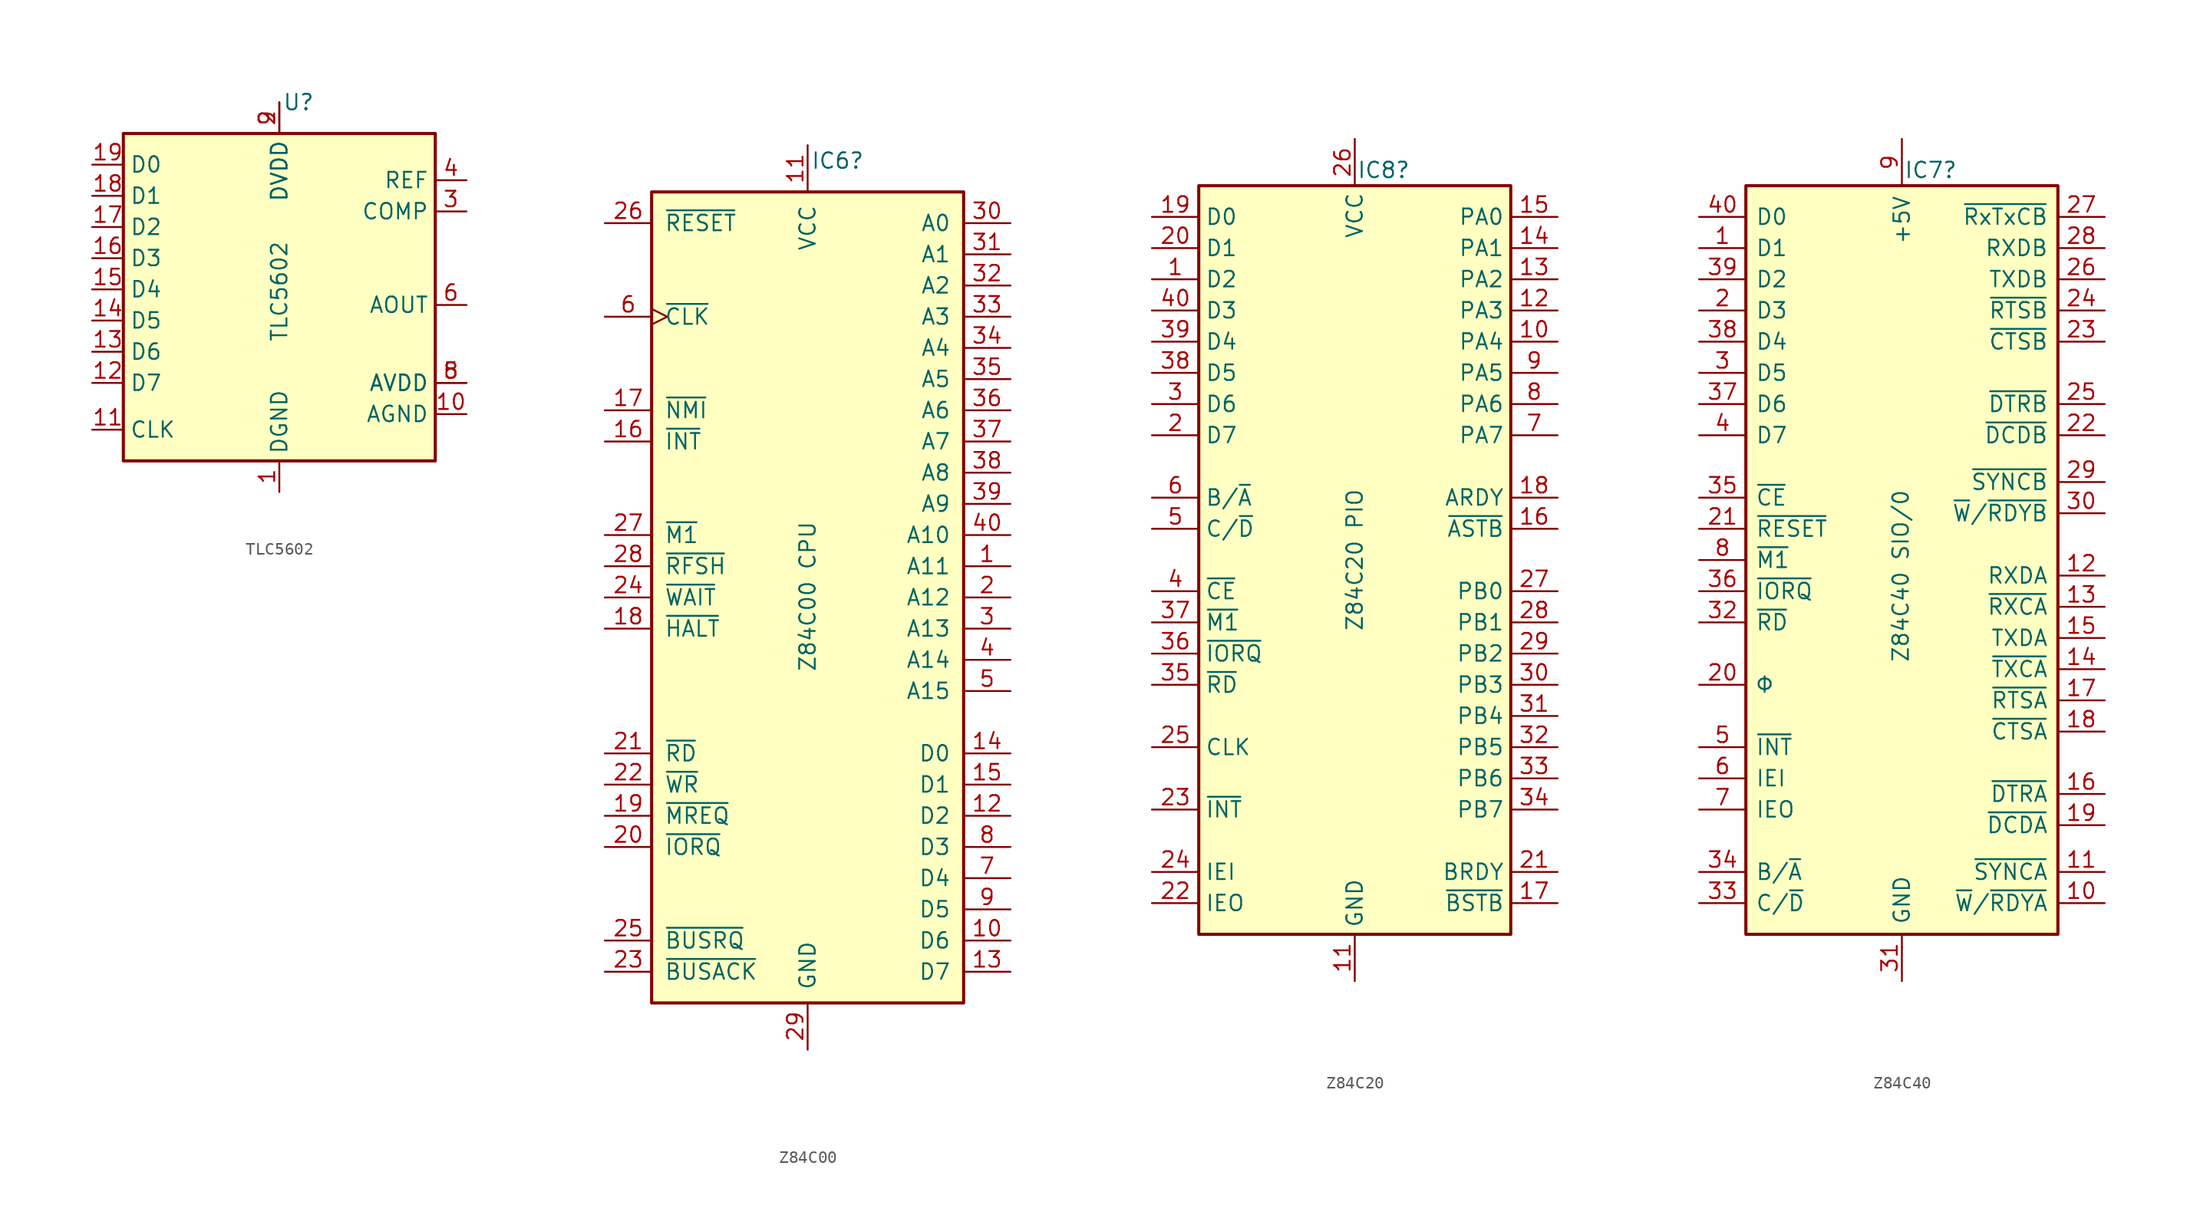
<source format=kicad_sym>
(kicad_symbol_lib
  (version 20241209)
  (generator "kicad_symbol_editor")
  (generator_version "9.0")
  (symbol "TLC5602"
    (property "Reference" "U"
      (at 0.254 15.24 0)
      (effects (font (size 1.27 1.27)) (justify left)))
    (property "Value" "TLC5602"
      (at 0 -4.318 90)
      (effects (font (size 1.27 1.27)) (justify left)))
    (symbol "TLC5602_0_1"
      (rectangle (start -12.7 12.7) (end 12.7 -13.97) (stroke (width 0.254) (type default)) (fill (type background))))
    (symbol "TLC5602_1_0"
      (pin input line (at -15.24 10.16 0) (length 2.54) (name "D0" (effects (font (size 1.27 1.27)))) (number "19" (effects (font (size 1.27 1.27)))))
      (pin input line (at -15.24 7.62 0) (length 2.54) (name "D1" (effects (font (size 1.27 1.27)))) (number "18" (effects (font (size 1.27 1.27)))))
      (pin input line (at -15.24 5.08 0) (length 2.54) (name "D2" (effects (font (size 1.27 1.27)))) (number "17" (effects (font (size 1.27 1.27)))))
      (pin input line (at -15.24 2.54 0) (length 2.54) (name "D3" (effects (font (size 1.27 1.27)))) (number "16" (effects (font (size 1.27 1.27)))))
      (pin input line (at -15.24 0 0) (length 2.54) (name "D4" (effects (font (size 1.27 1.27)))) (number "15" (effects (font (size 1.27 1.27)))))
      (pin input line (at -15.24 -2.54 0) (length 2.54) (name "D5" (effects (font (size 1.27 1.27)))) (number "14" (effects (font (size 1.27 1.27)))))
      (pin input line (at -15.24 -5.08 0) (length 2.54) (name "D6" (effects (font (size 1.27 1.27)))) (number "13" (effects (font (size 1.27 1.27)))))
      (pin input line (at -15.24 -7.62 0) (length 2.54) (name "D7" (effects (font (size 1.27 1.27)))) (number "12" (effects (font (size 1.27 1.27)))))
      (pin input line (at -15.24 -11.43 0) (length 2.54) (name "CLK" (effects (font (size 1.27 1.27)))) (number "11" (effects (font (size 1.27 1.27)))))
      (pin power_out line (at 0 15.24 270) (length 2.54) (name "DVDD" (effects (font (size 1.27 1.27)))) (number "9" (effects (font (size 1.27 1.27)))))
      (pin no_connect line (at 3.81 15.24 270) (length 2.54) (hide yes) (name "N/C" (effects (font (size 1.27 1.27)))) (number "20" (effects (font (size 1.27 1.27)))))
      (pin power_in line (at 15.24 -10.16 180) (length 2.54) (name "AGND" (effects (font (size 1.27 1.27)))) (number "10" (effects (font (size 1.27 1.27))))))
    (symbol "TLC5602_1_1"
      (pin power_out line (at 0 15.24 270) (length 2.54) (name "DVDD" (effects (font (size 1.27 1.27)))) (number "2" (effects (font (size 1.27 1.27)))))
      (pin power_in line (at 0 -16.51 90) (length 2.54) (name "DGND" (effects (font (size 1.27 1.27)))) (number "1" (effects (font (size 1.27 1.27)))))
      (pin no_connect line (at 3.81 15.24 270) (length 2.54) (hide yes) (name "N/C" (effects (font (size 1.27 1.27)))) (number "7" (effects (font (size 1.27 1.27)))))
      (pin power_out line (at 15.24 8.89 180) (length 2.54) (name "REF" (effects (font (size 1.27 1.27)))) (number "4" (effects (font (size 1.27 1.27)))))
      (pin bidirectional line (at 15.24 6.35 180) (length 2.54) (name "COMP" (effects (font (size 1.27 1.27)))) (number "3" (effects (font (size 1.27 1.27)))))
      (pin output line (at 15.24 -1.27 180) (length 2.54) (name "AOUT" (effects (font (size 1.27 1.27)))) (number "6" (effects (font (size 1.27 1.27)))))
      (pin power_out line (at 15.24 -7.62 180) (length 2.54) (name "AVDD" (effects (font (size 1.27 1.27)))) (number "5" (effects (font (size 1.27 1.27)))))
      (pin power_out line (at 15.24 -7.62 180) (length 2.54) (name "AVDD" (effects (font (size 1.27 1.27)))) (number "8" (effects (font (size 1.27 1.27)))))))
  (symbol "Z84C00"
    (pin_names
      (offset 1.016))
    (property "Reference" "IC6"
      (at 0.254 35.56 0)
      (effects (font (size 1.27 1.27)) (justify left)))
    (property "Value" "Z84C00 CPU"
      (at 0 -6.096 90)
      (effects (font (size 1.27 1.27)) (justify left)))
    (symbol "Z84C00_0_1"
      (rectangle (start -12.7 33.02) (end 12.7 -33.02) (stroke (width 0.254) (type default)) (fill (type background))))
    (symbol "Z84C00_1_1"
      (pin input line (at -16.51 30.48 0) (length 3.81) (name "~{RESET}" (effects (font (size 1.27 1.27)))) (number "26" (effects (font (size 1.27 1.27)))))
      (pin input clock (at -16.51 22.86 0) (length 3.81) (name "~{CLK}" (effects (font (size 1.27 1.27)))) (number "6" (effects (font (size 1.27 1.27)))))
      (pin input line (at -16.51 15.24 0) (length 3.81) (name "~{NMI}" (effects (font (size 1.27 1.27)))) (number "17" (effects (font (size 1.27 1.27)))))
      (pin input line (at -16.51 12.7 0) (length 3.81) (name "~{INT}" (effects (font (size 1.27 1.27)))) (number "16" (effects (font (size 1.27 1.27)))))
      (pin output line (at -16.51 5.08 0) (length 3.81) (name "~{M1}" (effects (font (size 1.27 1.27)))) (number "27" (effects (font (size 1.27 1.27)))))
      (pin output line (at -16.51 2.54 0) (length 3.81) (name "~{RFSH}" (effects (font (size 1.27 1.27)))) (number "28" (effects (font (size 1.27 1.27)))))
      (pin input line (at -16.51 0 0) (length 3.81) (name "~{WAIT}" (effects (font (size 1.27 1.27)))) (number "24" (effects (font (size 1.27 1.27)))))
      (pin output line (at -16.51 -2.54 0) (length 3.81) (name "~{HALT}" (effects (font (size 1.27 1.27)))) (number "18" (effects (font (size 1.27 1.27)))))
      (pin output line (at -16.51 -12.7 0) (length 3.81) (name "~{RD}" (effects (font (size 1.27 1.27)))) (number "21" (effects (font (size 1.27 1.27)))))
      (pin output line (at -16.51 -15.24 0) (length 3.81) (name "~{WR}" (effects (font (size 1.27 1.27)))) (number "22" (effects (font (size 1.27 1.27)))))
      (pin output line (at -16.51 -17.78 0) (length 3.81) (name "~{MREQ}" (effects (font (size 1.27 1.27)))) (number "19" (effects (font (size 1.27 1.27)))))
      (pin output line (at -16.51 -20.32 0) (length 3.81) (name "~{IORQ}" (effects (font (size 1.27 1.27)))) (number "20" (effects (font (size 1.27 1.27)))))
      (pin input line (at -16.51 -27.94 0) (length 3.81) (name "~{BUSRQ}" (effects (font (size 1.27 1.27)))) (number "25" (effects (font (size 1.27 1.27)))))
      (pin output line (at -16.51 -30.48 0) (length 3.81) (name "~{BUSACK}" (effects (font (size 1.27 1.27)))) (number "23" (effects (font (size 1.27 1.27)))))
      (pin power_in line (at 0 36.83 270) (length 3.81) (name "VCC" (effects (font (size 1.27 1.27)))) (number "11" (effects (font (size 1.27 1.27)))))
      (pin power_in line (at 0 -36.83 90) (length 3.81) (name "GND" (effects (font (size 1.27 1.27)))) (number "29" (effects (font (size 1.27 1.27)))))
      (pin output line (at 16.51 30.48 180) (length 3.81) (name "A0" (effects (font (size 1.27 1.27)))) (number "30" (effects (font (size 1.27 1.27)))))
      (pin output line (at 16.51 27.94 180) (length 3.81) (name "A1" (effects (font (size 1.27 1.27)))) (number "31" (effects (font (size 1.27 1.27)))))
      (pin output line (at 16.51 25.4 180) (length 3.81) (name "A2" (effects (font (size 1.27 1.27)))) (number "32" (effects (font (size 1.27 1.27)))))
      (pin output line (at 16.51 22.86 180) (length 3.81) (name "A3" (effects (font (size 1.27 1.27)))) (number "33" (effects (font (size 1.27 1.27)))))
      (pin output line (at 16.51 20.32 180) (length 3.81) (name "A4" (effects (font (size 1.27 1.27)))) (number "34" (effects (font (size 1.27 1.27)))))
      (pin output line (at 16.51 17.78 180) (length 3.81) (name "A5" (effects (font (size 1.27 1.27)))) (number "35" (effects (font (size 1.27 1.27)))))
      (pin output line (at 16.51 15.24 180) (length 3.81) (name "A6" (effects (font (size 1.27 1.27)))) (number "36" (effects (font (size 1.27 1.27)))))
      (pin output line (at 16.51 12.7 180) (length 3.81) (name "A7" (effects (font (size 1.27 1.27)))) (number "37" (effects (font (size 1.27 1.27)))))
      (pin output line (at 16.51 10.16 180) (length 3.81) (name "A8" (effects (font (size 1.27 1.27)))) (number "38" (effects (font (size 1.27 1.27)))))
      (pin output line (at 16.51 7.62 180) (length 3.81) (name "A9" (effects (font (size 1.27 1.27)))) (number "39" (effects (font (size 1.27 1.27)))))
      (pin output line (at 16.51 5.08 180) (length 3.81) (name "A10" (effects (font (size 1.27 1.27)))) (number "40" (effects (font (size 1.27 1.27)))))
      (pin output line (at 16.51 2.54 180) (length 3.81) (name "A11" (effects (font (size 1.27 1.27)))) (number "1" (effects (font (size 1.27 1.27)))))
      (pin output line (at 16.51 0 180) (length 3.81) (name "A12" (effects (font (size 1.27 1.27)))) (number "2" (effects (font (size 1.27 1.27)))))
      (pin output line (at 16.51 -2.54 180) (length 3.81) (name "A13" (effects (font (size 1.27 1.27)))) (number "3" (effects (font (size 1.27 1.27)))))
      (pin output line (at 16.51 -5.08 180) (length 3.81) (name "A14" (effects (font (size 1.27 1.27)))) (number "4" (effects (font (size 1.27 1.27)))))
      (pin output line (at 16.51 -7.62 180) (length 3.81) (name "A15" (effects (font (size 1.27 1.27)))) (number "5" (effects (font (size 1.27 1.27)))))
      (pin bidirectional line (at 16.51 -12.7 180) (length 3.81) (name "D0" (effects (font (size 1.27 1.27)))) (number "14" (effects (font (size 1.27 1.27)))))
      (pin bidirectional line (at 16.51 -15.24 180) (length 3.81) (name "D1" (effects (font (size 1.27 1.27)))) (number "15" (effects (font (size 1.27 1.27)))))
      (pin bidirectional line (at 16.51 -17.78 180) (length 3.81) (name "D2" (effects (font (size 1.27 1.27)))) (number "12" (effects (font (size 1.27 1.27)))))
      (pin bidirectional line (at 16.51 -20.32 180) (length 3.81) (name "D3" (effects (font (size 1.27 1.27)))) (number "8" (effects (font (size 1.27 1.27)))))
      (pin bidirectional line (at 16.51 -22.86 180) (length 3.81) (name "D4" (effects (font (size 1.27 1.27)))) (number "7" (effects (font (size 1.27 1.27)))))
      (pin bidirectional line (at 16.51 -25.4 180) (length 3.81) (name "D5" (effects (font (size 1.27 1.27)))) (number "9" (effects (font (size 1.27 1.27)))))
      (pin bidirectional line (at 16.51 -27.94 180) (length 3.81) (name "D6" (effects (font (size 1.27 1.27)))) (number "10" (effects (font (size 1.27 1.27)))))
      (pin bidirectional line (at 16.51 -30.48 180) (length 3.81) (name "D7" (effects (font (size 1.27 1.27)))) (number "13" (effects (font (size 1.27 1.27)))))))
  (symbol "Z84C20"
    (property "Reference" "IC8"
      (at 0.162 31.75 0)
      (effects (font (size 1.27 1.27)) (justify left)))
    (property "Value" "Z84C20 PIO"
      (at 0 -5.842 90)
      (effects (font (size 1.27 1.27)) (justify left)))
    (symbol "Z84C20_1_0"
      (rectangle (start -12.7 30.48) (end 12.7 -30.48) (stroke (width 0.254) (type default)) (fill (type background))))
    (symbol "Z84C20_1_1"
      (pin bidirectional line (at -16.51 27.94 0) (length 3.81) (name "D0" (effects (font (size 1.27 1.27)))) (number "19" (effects (font (size 1.27 1.27)))))
      (pin bidirectional line (at -16.51 25.4 0) (length 3.81) (name "D1" (effects (font (size 1.27 1.27)))) (number "20" (effects (font (size 1.27 1.27)))))
      (pin bidirectional line (at -16.51 22.86 0) (length 3.81) (name "D2" (effects (font (size 1.27 1.27)))) (number "1" (effects (font (size 1.27 1.27)))))
      (pin bidirectional line (at -16.51 20.32 0) (length 3.81) (name "D3" (effects (font (size 1.27 1.27)))) (number "40" (effects (font (size 1.27 1.27)))))
      (pin bidirectional line (at -16.51 17.78 0) (length 3.81) (name "D4" (effects (font (size 1.27 1.27)))) (number "39" (effects (font (size 1.27 1.27)))))
      (pin bidirectional line (at -16.51 15.24 0) (length 3.81) (name "D5" (effects (font (size 1.27 1.27)))) (number "38" (effects (font (size 1.27 1.27)))))
      (pin bidirectional line (at -16.51 12.7 0) (length 3.81) (name "D6" (effects (font (size 1.27 1.27)))) (number "3" (effects (font (size 1.27 1.27)))))
      (pin bidirectional line (at -16.51 10.16 0) (length 3.81) (name "D7" (effects (font (size 1.27 1.27)))) (number "2" (effects (font (size 1.27 1.27)))))
      (pin input line (at -16.51 5.08 0) (length 3.81) (name "B/~{A}" (effects (font (size 1.27 1.27)))) (number "6" (effects (font (size 1.27 1.27)))))
      (pin input line (at -16.51 2.54 0) (length 3.81) (name "C/~{D}" (effects (font (size 1.27 1.27)))) (number "5" (effects (font (size 1.27 1.27)))))
      (pin input line (at -16.51 -2.54 0) (length 3.81) (name "~{CE}" (effects (font (size 1.27 1.27)))) (number "4" (effects (font (size 1.27 1.27)))))
      (pin input line (at -16.51 -5.08 0) (length 3.81) (name "~{M1}" (effects (font (size 1.27 1.27)))) (number "37" (effects (font (size 1.27 1.27)))))
      (pin input line (at -16.51 -7.62 0) (length 3.81) (name "~{IORQ}" (effects (font (size 1.27 1.27)))) (number "36" (effects (font (size 1.27 1.27)))))
      (pin input line (at -16.51 -10.16 0) (length 3.81) (name "~{RD}" (effects (font (size 1.27 1.27)))) (number "35" (effects (font (size 1.27 1.27)))))
      (pin input line (at -16.51 -15.24 0) (length 3.81) (name "CLK" (effects (font (size 1.27 1.27)))) (number "25" (effects (font (size 1.27 1.27)))))
      (pin open_collector line (at -16.51 -20.32 0) (length 3.81) (name "~{INT}" (effects (font (size 1.27 1.27)))) (number "23" (effects (font (size 1.27 1.27)))))
      (pin input line (at -16.51 -25.4 0) (length 3.81) (name "IEI" (effects (font (size 1.27 1.27)))) (number "24" (effects (font (size 1.27 1.27)))))
      (pin output line (at -16.51 -27.94 0) (length 3.81) (name "IEO" (effects (font (size 1.27 1.27)))) (number "22" (effects (font (size 1.27 1.27)))))
      (pin power_in line (at 0 34.29 270) (length 3.81) (name "VCC" (effects (font (size 1.27 1.27)))) (number "26" (effects (font (size 1.27 1.27)))))
      (pin power_in line (at 0 -34.29 90) (length 3.81) (name "GND" (effects (font (size 1.27 1.27)))) (number "11" (effects (font (size 1.27 1.27)))))
      (pin bidirectional line (at 16.51 27.94 180) (length 3.81) (name "PA0" (effects (font (size 1.27 1.27)))) (number "15" (effects (font (size 1.27 1.27)))))
      (pin bidirectional line (at 16.51 25.4 180) (length 3.81) (name "PA1" (effects (font (size 1.27 1.27)))) (number "14" (effects (font (size 1.27 1.27)))))
      (pin bidirectional line (at 16.51 22.86 180) (length 3.81) (name "PA2" (effects (font (size 1.27 1.27)))) (number "13" (effects (font (size 1.27 1.27)))))
      (pin bidirectional line (at 16.51 20.32 180) (length 3.81) (name "PA3" (effects (font (size 1.27 1.27)))) (number "12" (effects (font (size 1.27 1.27)))))
      (pin bidirectional line (at 16.51 17.78 180) (length 3.81) (name "PA4" (effects (font (size 1.27 1.27)))) (number "10" (effects (font (size 1.27 1.27)))))
      (pin bidirectional line (at 16.51 15.24 180) (length 3.81) (name "PA5" (effects (font (size 1.27 1.27)))) (number "9" (effects (font (size 1.27 1.27)))))
      (pin bidirectional line (at 16.51 12.7 180) (length 3.81) (name "PA6" (effects (font (size 1.27 1.27)))) (number "8" (effects (font (size 1.27 1.27)))))
      (pin bidirectional line (at 16.51 10.16 180) (length 3.81) (name "PA7" (effects (font (size 1.27 1.27)))) (number "7" (effects (font (size 1.27 1.27)))))
      (pin output line (at 16.51 5.08 180) (length 3.81) (name "ARDY" (effects (font (size 1.27 1.27)))) (number "18" (effects (font (size 1.27 1.27)))))
      (pin input line (at 16.51 2.54 180) (length 3.81) (name "~{ASTB}" (effects (font (size 1.27 1.27)))) (number "16" (effects (font (size 1.27 1.27)))))
      (pin bidirectional line (at 16.51 -2.54 180) (length 3.81) (name "PB0" (effects (font (size 1.27 1.27)))) (number "27" (effects (font (size 1.27 1.27)))))
      (pin bidirectional line (at 16.51 -5.08 180) (length 3.81) (name "PB1" (effects (font (size 1.27 1.27)))) (number "28" (effects (font (size 1.27 1.27)))))
      (pin bidirectional line (at 16.51 -7.62 180) (length 3.81) (name "PB2" (effects (font (size 1.27 1.27)))) (number "29" (effects (font (size 1.27 1.27)))))
      (pin bidirectional line (at 16.51 -10.16 180) (length 3.81) (name "PB3" (effects (font (size 1.27 1.27)))) (number "30" (effects (font (size 1.27 1.27)))))
      (pin bidirectional line (at 16.51 -12.7 180) (length 3.81) (name "PB4" (effects (font (size 1.27 1.27)))) (number "31" (effects (font (size 1.27 1.27)))))
      (pin bidirectional line (at 16.51 -15.24 180) (length 3.81) (name "PB5" (effects (font (size 1.27 1.27)))) (number "32" (effects (font (size 1.27 1.27)))))
      (pin bidirectional line (at 16.51 -17.78 180) (length 3.81) (name "PB6" (effects (font (size 1.27 1.27)))) (number "33" (effects (font (size 1.27 1.27)))))
      (pin bidirectional line (at 16.51 -20.32 180) (length 3.81) (name "PB7" (effects (font (size 1.27 1.27)))) (number "34" (effects (font (size 1.27 1.27)))))
      (pin output line (at 16.51 -25.4 180) (length 3.81) (name "BRDY" (effects (font (size 1.27 1.27)))) (number "21" (effects (font (size 1.27 1.27)))))
      (pin input line (at 16.51 -27.94 180) (length 3.81) (name "~{BSTB}" (effects (font (size 1.27 1.27)))) (number "17" (effects (font (size 1.27 1.27)))))))
  (symbol "Z84C40"
    (pin_names
      (offset 0.762))
    (property "Reference" "IC7"
      (at 0.162 33.02 0)
      (effects (font (size 1.27 1.27)) (justify left)))
    (property "Value" "Z84C40 SIO/0"
      (at -0.092 -7.112 90)
      (effects (font (size 1.27 1.27)) (justify left)))
    (symbol "Z84C40_0_0"
      (pin bidirectional line (at -16.51 29.21 0) (length 3.81) (name "D0" (effects (font (size 1.27 1.27)))) (number "40" (effects (font (size 1.27 1.27)))))
      (pin bidirectional line (at -16.51 26.67 0) (length 3.81) (name "D1" (effects (font (size 1.27 1.27)))) (number "1" (effects (font (size 1.27 1.27)))))
      (pin bidirectional line (at -16.51 24.13 0) (length 3.81) (name "D2" (effects (font (size 1.27 1.27)))) (number "39" (effects (font (size 1.27 1.27)))))
      (pin bidirectional line (at -16.51 21.59 0) (length 3.81) (name "D3" (effects (font (size 1.27 1.27)))) (number "2" (effects (font (size 1.27 1.27)))))
      (pin bidirectional line (at -16.51 19.05 0) (length 3.81) (name "D4" (effects (font (size 1.27 1.27)))) (number "38" (effects (font (size 1.27 1.27)))))
      (pin bidirectional line (at -16.51 16.51 0) (length 3.81) (name "D5" (effects (font (size 1.27 1.27)))) (number "3" (effects (font (size 1.27 1.27)))))
      (pin bidirectional line (at -16.51 13.97 0) (length 3.81) (name "D6" (effects (font (size 1.27 1.27)))) (number "37" (effects (font (size 1.27 1.27)))))
      (pin bidirectional line (at -16.51 11.43 0) (length 3.81) (name "D7" (effects (font (size 1.27 1.27)))) (number "4" (effects (font (size 1.27 1.27)))))
      (pin input line (at -16.51 6.35 0) (length 3.81) (name "~{CE}" (effects (font (size 1.27 1.27)))) (number "35" (effects (font (size 1.27 1.27)))))
      (pin input line (at -16.51 3.81 0) (length 3.81) (name "~{RESET}" (effects (font (size 1.27 1.27)))) (number "21" (effects (font (size 1.27 1.27)))))
      (pin input line (at -16.51 1.27 0) (length 3.81) (name "~{M1}" (effects (font (size 1.27 1.27)))) (number "8" (effects (font (size 1.27 1.27)))))
      (pin input line (at -16.51 -1.27 0) (length 3.81) (name "~{IORQ}" (effects (font (size 1.27 1.27)))) (number "36" (effects (font (size 1.27 1.27)))))
      (pin input line (at -16.51 -3.81 0) (length 3.81) (name "~{RD}" (effects (font (size 1.27 1.27)))) (number "32" (effects (font (size 1.27 1.27)))))
      (pin input line (at -16.51 -8.89 0) (length 3.81) (name "Φ" (effects (font (size 1.27 1.27)))) (number "20" (effects (font (size 1.27 1.27)))))
      (pin open_collector line (at -16.51 -13.97 0) (length 3.81) (name "~{INT}" (effects (font (size 1.27 1.27)))) (number "5" (effects (font (size 1.27 1.27)))))
      (pin input line (at -16.51 -16.51 0) (length 3.81) (name "IEI" (effects (font (size 1.27 1.27)))) (number "6" (effects (font (size 1.27 1.27)))))
      (pin output line (at -16.51 -19.05 0) (length 3.81) (name "IEO" (effects (font (size 1.27 1.27)))) (number "7" (effects (font (size 1.27 1.27)))))
      (pin input line (at -16.51 -24.13 0) (length 3.81) (name "B/~{A}" (effects (font (size 1.27 1.27)))) (number "34" (effects (font (size 1.27 1.27)))))
      (pin input line (at -16.51 -26.67 0) (length 3.81) (name "C/~{D}" (effects (font (size 1.27 1.27)))) (number "33" (effects (font (size 1.27 1.27)))))
      (pin input line (at 16.51 29.21 180) (length 3.81) (name "~{RxTxCB}" (effects (font (size 1.27 1.27)))) (number "27" (effects (font (size 1.27 1.27)))))
      (pin input line (at 16.51 26.67 180) (length 3.81) (name "RXDB" (effects (font (size 1.27 1.27)))) (number "28" (effects (font (size 1.27 1.27)))))
      (pin output line (at 16.51 24.13 180) (length 3.81) (name "TXDB" (effects (font (size 1.27 1.27)))) (number "26" (effects (font (size 1.27 1.27)))))
      (pin output line (at 16.51 21.59 180) (length 3.81) (name "~{RTSB}" (effects (font (size 1.27 1.27)))) (number "24" (effects (font (size 1.27 1.27)))))
      (pin input line (at 16.51 19.05 180) (length 3.81) (name "~{CTSB}" (effects (font (size 1.27 1.27)))) (number "23" (effects (font (size 1.27 1.27)))))
      (pin output line (at 16.51 13.97 180) (length 3.81) (name "~{DTRB}" (effects (font (size 1.27 1.27)))) (number "25" (effects (font (size 1.27 1.27)))))
      (pin input line (at 16.51 11.43 180) (length 3.81) (name "~{DCDB}" (effects (font (size 1.27 1.27)))) (number "22" (effects (font (size 1.27 1.27)))))
      (pin input line (at 16.51 7.62 180) (length 3.81) (name "~{SYNCB}" (effects (font (size 1.27 1.27)))) (number "29" (effects (font (size 1.27 1.27)))))
      (pin output line (at 16.51 5.08 180) (length 3.81) (name "~{W}/~{RDYB}" (effects (font (size 1.27 1.27)))) (number "30" (effects (font (size 1.27 1.27)))))
      (pin input line (at 16.51 0 180) (length 3.81) (name "RXDA" (effects (font (size 1.27 1.27)))) (number "12" (effects (font (size 1.27 1.27)))))
      (pin input line (at 16.51 -2.54 180) (length 3.81) (name "~{RXCA}" (effects (font (size 1.27 1.27)))) (number "13" (effects (font (size 1.27 1.27)))))
      (pin output line (at 16.51 -5.08 180) (length 3.81) (name "TXDA" (effects (font (size 1.27 1.27)))) (number "15" (effects (font (size 1.27 1.27)))))
      (pin input line (at 16.51 -7.62 180) (length 3.81) (name "~{TXCA}" (effects (font (size 1.27 1.27)))) (number "14" (effects (font (size 1.27 1.27)))))
      (pin output line (at 16.51 -10.16 180) (length 3.81) (name "~{RTSA}" (effects (font (size 1.27 1.27)))) (number "17" (effects (font (size 1.27 1.27)))))
      (pin input line (at 16.51 -12.7 180) (length 3.81) (name "~{CTSA}" (effects (font (size 1.27 1.27)))) (number "18" (effects (font (size 1.27 1.27)))))
      (pin output line (at 16.51 -17.78 180) (length 3.81) (name "~{DTRA}" (effects (font (size 1.27 1.27)))) (number "16" (effects (font (size 1.27 1.27)))))
      (pin input line (at 16.51 -20.32 180) (length 3.81) (name "~{DCDA}" (effects (font (size 1.27 1.27)))) (number "19" (effects (font (size 1.27 1.27)))))
      (pin output line (at 16.51 -26.67 180) (length 3.81) (name "~{W}/~{RDYA}" (effects (font (size 1.27 1.27)))) (number "10" (effects (font (size 1.27 1.27))))))
    (symbol "Z84C40_1_0"
      (pin power_in line (at 0 35.56 270) (length 3.81) (name "+5V" (effects (font (size 1.27 1.27)))) (number "9" (effects (font (size 1.27 1.27)))))
      (pin power_in line (at 0 -33.02 90) (length 3.81) (name "GND" (effects (font (size 1.27 1.27)))) (number "31" (effects (font (size 1.27 1.27)))))
      (pin input line (at 16.51 -24.13 180) (length 3.81) (name "~{SYNCA}" (effects (font (size 1.27 1.27)))) (number "11" (effects (font (size 1.27 1.27))))))
    (symbol "Z84C40_1_1"
      (rectangle (start -12.7 31.75) (end 12.7 -29.21) (stroke (width 0.254) (type solid)) (fill (type background))))))
</source>
